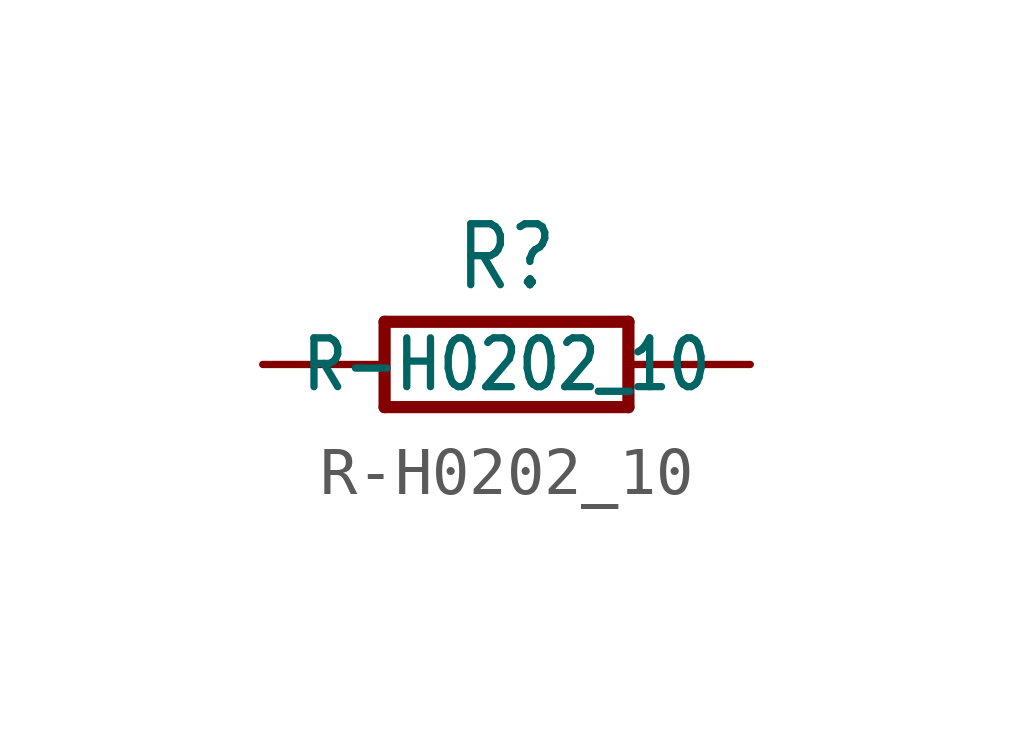
<source format=kicad_sym>
(kicad_symbol_lib
  (version 20201005)
  (generator kicad_symbol_editor)
  (symbol "R-H0202_10"
    (property "Reference" "R"
      (at 0 1.499 0)
      (effects (font (size 1.27 1.079)) (justify bottom)))
    (property "Value" "R-H0202_10"
      (at 0 0 0)
      (effects (font (size 1.016 0.864))))
    (property "ki_locked" ""
      (at 0 0 0)
      (effects (font (size 1.27 1.27))))
    (symbol "R-H0202_10_1_0"
      (polyline (pts (xy -2.54 -0.889) (xy -2.54 0.889)) (stroke (width 0.254)) (fill (type none)))
      (polyline (pts (xy -2.54 -0.889) (xy 2.54 -0.889)) (stroke (width 0.254)) (fill (type none)))
      (polyline (pts (xy 2.54 -0.889) (xy 2.54 0.889)) (stroke (width 0.254)) (fill (type none)))
      (polyline (pts (xy 2.54 0.889) (xy -2.54 0.889)) (stroke (width 0.254)) (fill (type none)))
      (pin passive line (at -5.08 0 0) (length 2.54) (name "1" (effects (font (size 0 0)))) (number "1" (effects (font (size 0 0)))))
      (pin passive line (at 5.08 0 180) (length 2.54) (name "2" (effects (font (size 0 0)))) (number "2" (effects (font (size 0 0))))))))
</source>
